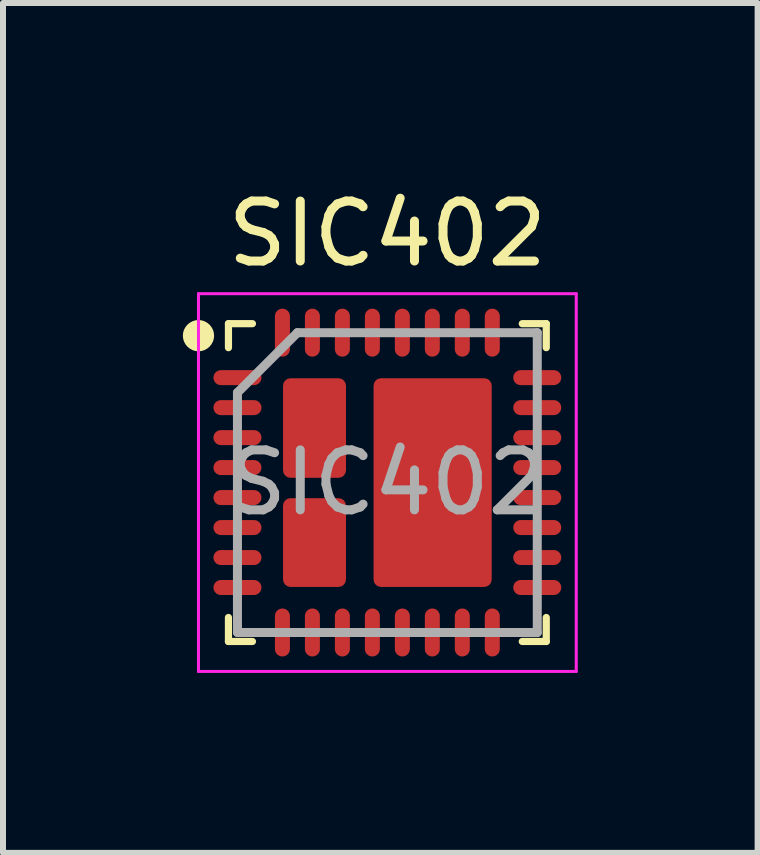
<source format=kicad_pcb>
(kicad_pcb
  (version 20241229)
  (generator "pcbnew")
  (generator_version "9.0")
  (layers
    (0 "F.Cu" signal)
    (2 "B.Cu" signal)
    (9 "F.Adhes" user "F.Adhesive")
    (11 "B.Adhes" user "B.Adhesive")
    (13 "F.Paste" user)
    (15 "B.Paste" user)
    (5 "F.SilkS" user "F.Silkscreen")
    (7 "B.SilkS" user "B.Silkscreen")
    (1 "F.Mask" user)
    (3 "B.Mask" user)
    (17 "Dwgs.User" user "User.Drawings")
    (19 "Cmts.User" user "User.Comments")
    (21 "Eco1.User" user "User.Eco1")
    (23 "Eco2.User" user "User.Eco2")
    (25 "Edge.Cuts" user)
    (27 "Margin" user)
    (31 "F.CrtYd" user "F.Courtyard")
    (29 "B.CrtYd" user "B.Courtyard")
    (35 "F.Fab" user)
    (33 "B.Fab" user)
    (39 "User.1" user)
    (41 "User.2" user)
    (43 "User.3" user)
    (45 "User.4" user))
  (footprint "SIC402"
    (layer "F.Cu")
    (at 3.41 4.998)
    (property "Reference" "SIC402" (at 0 -4.15 0) (unlocked yes) (layer "F.SilkS") (effects (font (size 1 1) (thickness 0.15))))
    (attr smd)
    (fp_line (start -2.65 -2.65) (end -2.25 -2.65) (stroke (width 0.12) (type default)) (layer "F.SilkS"))
    (fp_line (start -2.65 -2.25) (end -2.65 -2.65) (stroke (width 0.12) (type default)) (layer "F.SilkS"))
    (fp_line (start -2.65 2.65) (end -2.65 2.25) (stroke (width 0.12) (type default)) (layer "F.SilkS"))
    (fp_line (start -2.25 2.65) (end -2.65 2.65) (stroke (width 0.12) (type default)) (layer "F.SilkS"))
    (fp_line (start 2.25 -2.65) (end 2.65 -2.65) (stroke (width 0.12) (type default)) (layer "F.SilkS"))
    (fp_line (start 2.25 2.65) (end 2.65 2.65) (stroke (width 0.12) (type default)) (layer "F.SilkS"))
    (fp_line (start 2.65 -2.65) (end 2.65 -2.25) (stroke (width 0.12) (type default)) (layer "F.SilkS"))
    (fp_line (start 2.65 2.65) (end 2.65 2.25) (stroke (width 0.12) (type default)) (layer "F.SilkS"))
    (fp_circle (center -3.15 -2.45) (end -2.89 -2.45) (stroke (width 0) (type solid)) (fill yes) (layer "F.SilkS"))
    (fp_line (start -3.15 -3.15) (end 3.15 -3.15) (stroke (width 0.05) (type default)) (layer "F.CrtYd"))
    (fp_line (start -3.15 3.15) (end -3.15 -3.15) (stroke (width 0.05) (type default)) (layer "F.CrtYd"))
    (fp_line (start 3.15 -3.15) (end 3.15 3.15) (stroke (width 0.05) (type default)) (layer "F.CrtYd"))
    (fp_line (start 3.15 3.15) (end -3.15 3.15) (stroke (width 0.05) (type default)) (layer "F.CrtYd"))
    (fp_line (start -2.5 -1.5) (end -2.5 2.5) (stroke (width 0.15) (type default)) (layer "F.Fab"))
    (fp_line (start -2.5 2.5) (end 2.5 2.5) (stroke (width 0.15) (type default)) (layer "F.Fab"))
    (fp_line (start -1.5 -2.5) (end -2.5 -1.5) (stroke (width 0.15) (type default)) (layer "F.Fab"))
    (fp_line (start 2.5 -2.5) (end -1.5 -2.5) (stroke (width 0.15) (type default)) (layer "F.Fab"))
    (fp_line (start 2.5 2.5) (end 2.5 -2.5) (stroke (width 0.15) (type default)) (layer "F.Fab"))
    (fp_text user "${REFERENCE}" (at 0 0 0) (layer "F.Fab") (effects (font (size 1 1) (thickness 0.15))))
    (pad "1" smd oval (at -2.5 -1.75 90) (size 0.25 0.8) (layers "F.Cu" "F.Mask" "F.Paste"))
    (pad "2" smd oval (at -2.5 -1.25 90) (size 0.25 0.8) (layers "F.Cu" "F.Mask" "F.Paste"))
    (pad "3" smd oval (at -2.5 -0.75 90) (size 0.25 0.8) (layers "F.Cu" "F.Mask" "F.Paste"))
    (pad "4" smd oval (at -2.5 -0.25 90) (size 0.25 0.8) (layers "F.Cu" "F.Mask" "F.Paste"))
    (pad "5" smd oval (at -2.5 0.25 90) (size 0.25 0.8) (layers "F.Cu" "F.Mask" "F.Paste"))
    (pad "6" smd oval (at -2.5 0.75 90) (size 0.25 0.8) (layers "F.Cu" "F.Mask" "F.Paste"))
    (pad "7" smd oval (at -2.5 1.25 90) (size 0.25 0.8) (layers "F.Cu" "F.Mask" "F.Paste"))
    (pad "8" smd oval (at -2.5 1.75 90) (size 0.25 0.8) (layers "F.Cu" "F.Mask" "F.Paste"))
    (pad "9" smd oval (at -1.75 2.5) (size 0.25 0.8) (layers "F.Cu" "F.Mask" "F.Paste"))
    (pad "10" smd oval (at -1.25 2.5) (size 0.25 0.8) (layers "F.Cu" "F.Mask" "F.Paste"))
    (pad "11" smd oval (at -0.75 2.5) (size 0.25 0.8) (layers "F.Cu" "F.Mask" "F.Paste"))
    (pad "12" smd oval (at -0.25 2.5) (size 0.25 0.8) (layers "F.Cu" "F.Mask" "F.Paste"))
    (pad "13" smd oval (at 0.25 2.5) (size 0.25 0.8) (layers "F.Cu" "F.Mask" "F.Paste"))
    (pad "14" smd oval (at 0.75 2.5) (size 0.25 0.8) (layers "F.Cu" "F.Mask" "F.Paste"))
    (pad "15" smd oval (at 1.25 2.5) (size 0.25 0.8) (layers "F.Cu" "F.Mask" "F.Paste"))
    (pad "16" smd oval (at 1.75 2.5) (size 0.25 0.8) (layers "F.Cu" "F.Mask" "F.Paste"))
    (pad "17" smd oval (at 2.5 1.75 90) (size 0.25 0.8) (layers "F.Cu" "F.Mask" "F.Paste"))
    (pad "18" smd oval (at 2.5 1.25 90) (size 0.25 0.8) (layers "F.Cu" "F.Mask" "F.Paste"))
    (pad "19" smd oval (at 2.5 0.75 90) (size 0.25 0.8) (layers "F.Cu" "F.Mask" "F.Paste"))
    (pad "20" smd oval (at 2.5 0.25 90) (size 0.25 0.8) (layers "F.Cu" "F.Mask" "F.Paste"))
    (pad "21" smd oval (at 2.5 -0.25 90) (size 0.25 0.8) (layers "F.Cu" "F.Mask" "F.Paste"))
    (pad "22" smd oval (at 2.5 -0.75 90) (size 0.25 0.8) (layers "F.Cu" "F.Mask" "F.Paste"))
    (pad "23" smd oval (at 2.5 -1.25 90) (size 0.25 0.8) (layers "F.Cu" "F.Mask" "F.Paste"))
    (pad "24" smd oval (at 2.5 -1.75 90) (size 0.25 0.8) (layers "F.Cu" "F.Mask" "F.Paste"))
    (pad "25" smd oval (at 1.75 -2.5) (size 0.25 0.8) (layers "F.Cu" "F.Mask" "F.Paste"))
    (pad "26" smd oval (at 1.25 -2.5) (size 0.25 0.8) (layers "F.Cu" "F.Mask" "F.Paste"))
    (pad "27" smd oval (at 0.75 -2.5) (size 0.25 0.8) (layers "F.Cu" "F.Mask" "F.Paste"))
    (pad "28" smd oval (at 0.25 -2.5) (size 0.25 0.8) (layers "F.Cu" "F.Mask" "F.Paste"))
    (pad "29" smd oval (at -0.25 -2.5) (size 0.25 0.8) (layers "F.Cu" "F.Mask" "F.Paste"))
    (pad "30" smd oval (at -0.75 -2.5) (size 0.25 0.8) (layers "F.Cu" "F.Mask" "F.Paste"))
    (pad "31" smd oval (at -1.25 -2.5) (size 0.25 0.8) (layers "F.Cu" "F.Mask" "F.Paste"))
    (pad "32" smd oval (at -1.75 -2.5) (size 0.25 0.8) (layers "F.Cu" "F.Mask" "F.Paste"))
    (pad "33" smd roundrect (at -1.215 -0.91) (size 1.05 1.66) (layers "F.Cu" "F.Mask" "F.Paste") (roundrect_rratio 0.119))
    (pad "34" smd roundrect (at -1.215 1) (size 1.05 1.48) (layers "F.Cu" "F.Mask" "F.Paste") (roundrect_rratio 0.119))
    (pad "35" smd roundrect (at 0.755 0) (size 1.97 3.48) (layers "F.Cu" "F.Mask" "F.Paste") (roundrect_rratio 0.063)))
  (gr_rect
    (start -3 -3)
    (end 9.585 11.173)
    (stroke (width 0.1) (type default))
    (fill no)
    (layer "Edge.Cuts")))
</source>
